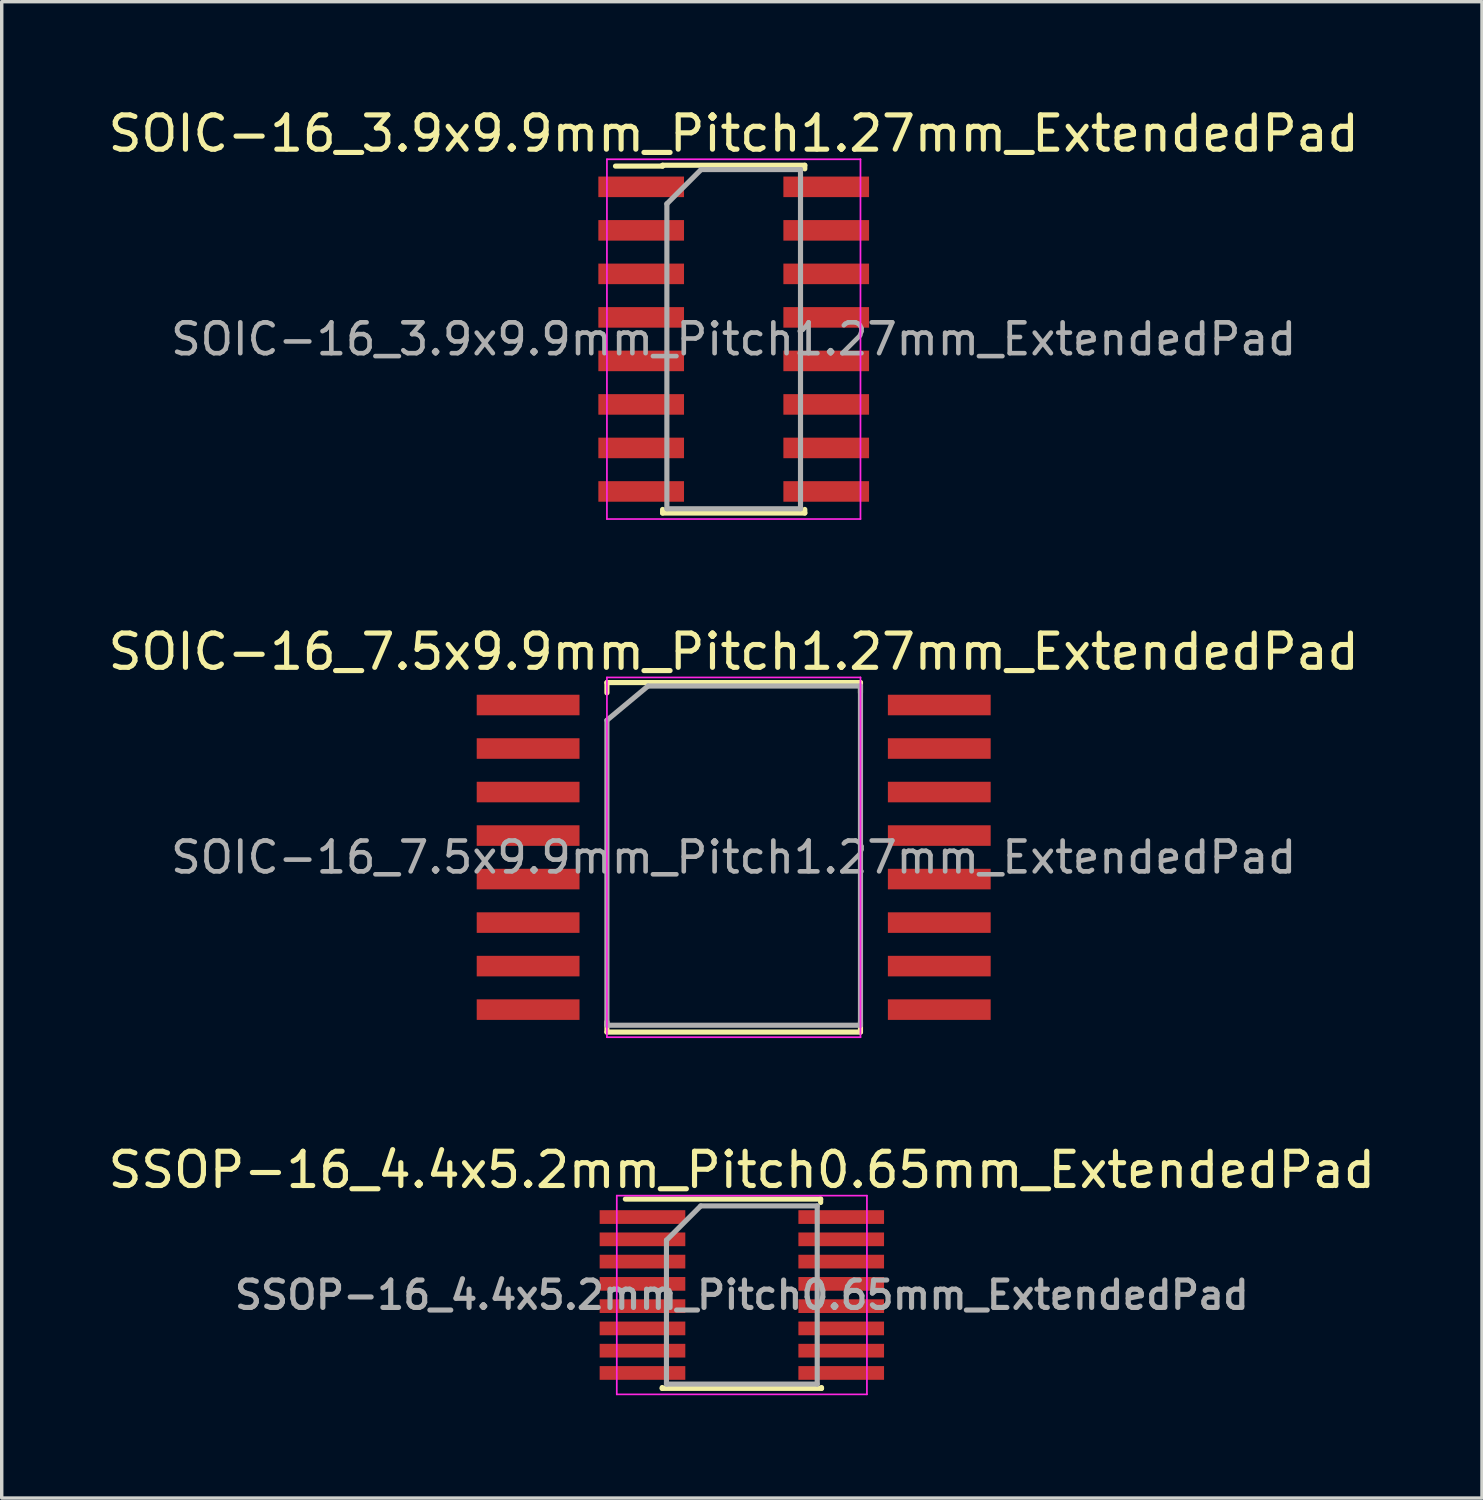
<source format=kicad_pcb>
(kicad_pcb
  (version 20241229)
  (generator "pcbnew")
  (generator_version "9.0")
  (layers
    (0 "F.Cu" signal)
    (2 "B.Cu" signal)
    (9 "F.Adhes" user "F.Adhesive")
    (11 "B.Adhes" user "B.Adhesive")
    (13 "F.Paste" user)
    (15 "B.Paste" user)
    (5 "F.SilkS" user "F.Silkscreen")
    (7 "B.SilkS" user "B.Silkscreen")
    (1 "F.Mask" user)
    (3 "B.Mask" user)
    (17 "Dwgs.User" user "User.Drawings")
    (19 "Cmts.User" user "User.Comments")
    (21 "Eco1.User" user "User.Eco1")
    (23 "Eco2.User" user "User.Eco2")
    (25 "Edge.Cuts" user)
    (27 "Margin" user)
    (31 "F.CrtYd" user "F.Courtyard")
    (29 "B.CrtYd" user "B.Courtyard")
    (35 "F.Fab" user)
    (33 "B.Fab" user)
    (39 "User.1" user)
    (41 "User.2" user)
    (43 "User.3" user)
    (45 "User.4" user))
  (footprint "SSOP-16_4.4x5.2mm_Pitch0.65mm_ExtendedPad"
    (layer "F.Cu")
    (at 18.601 34.745)
    (property "Reference" "SSOP-16_4.4x5.2mm_Pitch0.65mm_ExtendedPad" (at 0 -3.65 0) (layer "F.SilkS") (effects (font (size 1 1) (thickness 0.15))))
    (attr smd)
    (fp_line (start -3.4 -2.8) (end 2.3 -2.8) (stroke (width 0.15) (type solid)) (layer "F.SilkS"))
    (fp_line (start -2.325 2.725) (end -2.325 2.7) (stroke (width 0.15) (type solid)) (layer "F.SilkS"))
    (fp_line (start -2.325 2.725) (end 2.325 2.725) (stroke (width 0.15) (type solid)) (layer "F.SilkS"))
    (fp_line (start 2.3 -2.8) (end 2.3 -2.7) (stroke (width 0.15) (type solid)) (layer "F.SilkS"))
    (fp_line (start 2.325 2.725) (end 2.325 2.7) (stroke (width 0.15) (type solid)) (layer "F.SilkS"))
    (fp_line (start -3.65 -2.9) (end -3.65 2.9) (stroke (width 0.05) (type solid)) (layer "F.CrtYd"))
    (fp_line (start -3.65 -2.9) (end 3.65 -2.9) (stroke (width 0.05) (type solid)) (layer "F.CrtYd"))
    (fp_line (start -3.65 2.9) (end 3.65 2.9) (stroke (width 0.05) (type solid)) (layer "F.CrtYd"))
    (fp_line (start 3.65 -2.9) (end 3.65 2.9) (stroke (width 0.05) (type solid)) (layer "F.CrtYd"))
    (fp_line (start -2.2 -1.6) (end -1.2 -2.6) (stroke (width 0.15) (type solid)) (layer "F.Fab"))
    (fp_line (start -2.2 2.6) (end -2.2 -1.6) (stroke (width 0.15) (type solid)) (layer "F.Fab"))
    (fp_line (start -1.2 -2.6) (end 2.2 -2.6) (stroke (width 0.15) (type solid)) (layer "F.Fab"))
    (fp_line (start 2.2 -2.6) (end 2.2 2.6) (stroke (width 0.15) (type solid)) (layer "F.Fab"))
    (fp_line (start 2.2 2.6) (end -2.2 2.6) (stroke (width 0.15) (type solid)) (layer "F.Fab"))
    (fp_text user "${REFERENCE}" (at 0 0 0) (layer "F.Fab") (effects (font (size 0.8 0.8) (thickness 0.15))))
    (pad "1" smd rect (at -2.9 -2.275) (size 2.5 0.4) (layers "F.Cu" "F.Mask" "F.Paste"))
    (pad "2" smd rect (at -2.9 -1.625) (size 2.5 0.4) (layers "F.Cu" "F.Mask" "F.Paste"))
    (pad "3" smd rect (at -2.9 -0.975) (size 2.5 0.4) (layers "F.Cu" "F.Mask" "F.Paste"))
    (pad "4" smd rect (at -2.9 -0.325) (size 2.5 0.4) (layers "F.Cu" "F.Mask" "F.Paste"))
    (pad "5" smd rect (at -2.9 0.325) (size 2.5 0.4) (layers "F.Cu" "F.Mask" "F.Paste"))
    (pad "6" smd rect (at -2.9 0.975) (size 2.5 0.4) (layers "F.Cu" "F.Mask" "F.Paste"))
    (pad "7" smd rect (at -2.9 1.625) (size 2.5 0.4) (layers "F.Cu" "F.Mask" "F.Paste"))
    (pad "8" smd rect (at -2.9 2.275) (size 2.5 0.4) (layers "F.Cu" "F.Mask" "F.Paste"))
    (pad "9" smd rect (at 2.9 2.275) (size 2.5 0.4) (layers "F.Cu" "F.Mask" "F.Paste"))
    (pad "10" smd rect (at 2.9 1.625) (size 2.5 0.4) (layers "F.Cu" "F.Mask" "F.Paste"))
    (pad "11" smd rect (at 2.9 0.975) (size 2.5 0.4) (layers "F.Cu" "F.Mask" "F.Paste"))
    (pad "12" smd rect (at 2.9 0.325) (size 2.5 0.4) (layers "F.Cu" "F.Mask" "F.Paste"))
    (pad "13" smd rect (at 2.9 -0.325) (size 2.5 0.4) (layers "F.Cu" "F.Mask" "F.Paste"))
    (pad "14" smd rect (at 2.9 -0.975) (size 2.5 0.4) (layers "F.Cu" "F.Mask" "F.Paste"))
    (pad "15" smd rect (at 2.9 -1.625) (size 2.5 0.4) (layers "F.Cu" "F.Mask" "F.Paste"))
    (pad "16" smd rect (at 2.9 -2.275) (size 2.5 0.4) (layers "F.Cu" "F.Mask" "F.Paste")))
  (footprint "SOIC-16_3.9x9.9mm_Pitch1.27mm_ExtendedPad"
    (layer "F.Cu")
    (at 18.363 6.848)
    (property "Reference" "SOIC-16_3.9x9.9mm_Pitch1.27mm_ExtendedPad" (at 0 -6 0) (layer "F.SilkS") (effects (font (size 1 1) (thickness 0.15))))
    (attr smd)
    (fp_line (start -2.075 -5.075) (end -2.075 -5.05) (stroke (width 0.15) (type solid)) (layer "F.SilkS"))
    (fp_line (start -2.075 -5.075) (end 2.075 -5.075) (stroke (width 0.15) (type solid)) (layer "F.SilkS"))
    (fp_line (start -2.075 -5.05) (end -3.45 -5.05) (stroke (width 0.15) (type solid)) (layer "F.SilkS"))
    (fp_line (start -2.075 5.075) (end -2.075 4.97) (stroke (width 0.15) (type solid)) (layer "F.SilkS"))
    (fp_line (start -2.075 5.075) (end 2.075 5.075) (stroke (width 0.15) (type solid)) (layer "F.SilkS"))
    (fp_line (start 2.075 -5.075) (end 2.075 -4.97) (stroke (width 0.15) (type solid)) (layer "F.SilkS"))
    (fp_line (start 2.075 5.075) (end 2.075 4.97) (stroke (width 0.15) (type solid)) (layer "F.SilkS"))
    (fp_line (start -3.7 -5.25) (end -3.7 5.25) (stroke (width 0.05) (type solid)) (layer "F.CrtYd"))
    (fp_line (start -3.7 -5.25) (end 3.7 -5.25) (stroke (width 0.05) (type solid)) (layer "F.CrtYd"))
    (fp_line (start -3.7 5.25) (end 3.7 5.25) (stroke (width 0.05) (type solid)) (layer "F.CrtYd"))
    (fp_line (start 3.7 -5.25) (end 3.7 5.25) (stroke (width 0.05) (type solid)) (layer "F.CrtYd"))
    (fp_line (start -1.95 -3.95) (end -0.95 -4.95) (stroke (width 0.15) (type solid)) (layer "F.Fab"))
    (fp_line (start -1.95 4.95) (end -1.95 -3.95) (stroke (width 0.15) (type solid)) (layer "F.Fab"))
    (fp_line (start -0.95 -4.95) (end 1.95 -4.95) (stroke (width 0.15) (type solid)) (layer "F.Fab"))
    (fp_line (start 1.95 -4.95) (end 1.95 4.95) (stroke (width 0.15) (type solid)) (layer "F.Fab"))
    (fp_line (start 1.95 4.95) (end -1.95 4.95) (stroke (width 0.15) (type solid)) (layer "F.Fab"))
    (fp_text user "${REFERENCE}" (at 0 0 0) (layer "F.Fab") (effects (font (size 0.9 0.9) (thickness 0.135))))
    (pad "1" smd rect (at -2.7 -4.445) (size 2.5 0.6) (layers "F.Cu" "F.Mask" "F.Paste"))
    (pad "2" smd rect (at -2.7 -3.175) (size 2.5 0.6) (layers "F.Cu" "F.Mask" "F.Paste"))
    (pad "3" smd rect (at -2.7 -1.905) (size 2.5 0.6) (layers "F.Cu" "F.Mask" "F.Paste"))
    (pad "4" smd rect (at -2.7 -0.635) (size 2.5 0.6) (layers "F.Cu" "F.Mask" "F.Paste"))
    (pad "5" smd rect (at -2.7 0.635) (size 2.5 0.6) (layers "F.Cu" "F.Mask" "F.Paste"))
    (pad "6" smd rect (at -2.7 1.905) (size 2.5 0.6) (layers "F.Cu" "F.Mask" "F.Paste"))
    (pad "7" smd rect (at -2.7 3.175) (size 2.5 0.6) (layers "F.Cu" "F.Mask" "F.Paste"))
    (pad "8" smd rect (at -2.7 4.445) (size 2.5 0.6) (layers "F.Cu" "F.Mask" "F.Paste"))
    (pad "9" smd rect (at 2.7 4.445) (size 2.5 0.6) (layers "F.Cu" "F.Mask" "F.Paste"))
    (pad "10" smd rect (at 2.7 3.175) (size 2.5 0.6) (layers "F.Cu" "F.Mask" "F.Paste"))
    (pad "11" smd rect (at 2.7 1.905) (size 2.5 0.6) (layers "F.Cu" "F.Mask" "F.Paste"))
    (pad "12" smd rect (at 2.7 0.635) (size 2.5 0.6) (layers "F.Cu" "F.Mask" "F.Paste"))
    (pad "13" smd rect (at 2.7 -0.635) (size 2.5 0.6) (layers "F.Cu" "F.Mask" "F.Paste"))
    (pad "14" smd rect (at 2.7 -1.905) (size 2.5 0.6) (layers "F.Cu" "F.Mask" "F.Paste"))
    (pad "15" smd rect (at 2.7 -3.175) (size 2.5 0.6) (layers "F.Cu" "F.Mask" "F.Paste"))
    (pad "16" smd rect (at 2.7 -4.445) (size 2.5 0.6) (layers "F.Cu" "F.Mask" "F.Paste")))
  (footprint "SOIC-16_7.5x9.9mm_Pitch1.27mm_ExtendedPad"
    (layer "F.Cu")
    (at 18.363 21.971)
    (property "Reference" "SOIC-16_7.5x9.9mm_Pitch1.27mm_ExtendedPad" (at 0 -6 0) (layer "F.SilkS") (effects (font (size 1 1) (thickness 0.15))))
    (attr smd)
    (fp_line (start -3.7 -5.1) (end -3.7 -4.8) (stroke (width 0.15) (type solid)) (layer "F.SilkS"))
    (fp_line (start -3.7 -5.1) (end 3.7 -5.1) (stroke (width 0.15) (type solid)) (layer "F.SilkS"))
    (fp_line (start -3.7 5.1) (end -3.7 4.8) (stroke (width 0.15) (type solid)) (layer "F.SilkS"))
    (fp_line (start -3.7 5.1) (end 3.7 5.1) (stroke (width 0.15) (type solid)) (layer "F.SilkS"))
    (fp_line (start 3.7 -5.1) (end 3.7 -4.8) (stroke (width 0.15) (type solid)) (layer "F.SilkS"))
    (fp_line (start 3.7 5.1) (end 3.7 4.8) (stroke (width 0.15) (type solid)) (layer "F.SilkS"))
    (fp_line (start -3.7 -5.25) (end -3.7 5.25) (stroke (width 0.05) (type solid)) (layer "F.CrtYd"))
    (fp_line (start -3.7 -5.25) (end 3.7 -5.25) (stroke (width 0.05) (type solid)) (layer "F.CrtYd"))
    (fp_line (start -3.7 5.25) (end 3.7 5.25) (stroke (width 0.05) (type solid)) (layer "F.CrtYd"))
    (fp_line (start 3.7 -5.25) (end 3.7 5.25) (stroke (width 0.05) (type solid)) (layer "F.CrtYd"))
    (fp_line (start -3.7 -4) (end -2.5 -5) (stroke (width 0.15) (type solid)) (layer "F.Fab"))
    (fp_line (start -3.7 4.9) (end -3.7 -4) (stroke (width 0.15) (type solid)) (layer "F.Fab"))
    (fp_line (start -2.5 -5) (end 3.7 -5) (stroke (width 0.15) (type solid)) (layer "F.Fab"))
    (fp_line (start 3.7 -5) (end 3.7 4.9) (stroke (width 0.15) (type solid)) (layer "F.Fab"))
    (fp_line (start 3.7 4.9) (end -3.7 4.9) (stroke (width 0.15) (type solid)) (layer "F.Fab"))
    (fp_text user "${REFERENCE}" (at 0 0 0) (layer "F.Fab") (effects (font (size 0.9 0.9) (thickness 0.135))))
    (pad "1" smd rect (at -6 -4.445) (size 3 0.6) (layers "F.Cu" "F.Mask" "F.Paste"))
    (pad "2" smd rect (at -6 -3.175) (size 3 0.6) (layers "F.Cu" "F.Mask" "F.Paste"))
    (pad "3" smd rect (at -6 -1.905) (size 3 0.6) (layers "F.Cu" "F.Mask" "F.Paste"))
    (pad "4" smd rect (at -6 -0.635) (size 3 0.6) (layers "F.Cu" "F.Mask" "F.Paste"))
    (pad "5" smd rect (at -6 0.635) (size 3 0.6) (layers "F.Cu" "F.Mask" "F.Paste"))
    (pad "6" smd rect (at -6 1.905) (size 3 0.6) (layers "F.Cu" "F.Mask" "F.Paste"))
    (pad "7" smd rect (at -6 3.175) (size 3 0.6) (layers "F.Cu" "F.Mask" "F.Paste"))
    (pad "8" smd rect (at -6 4.445) (size 3 0.6) (layers "F.Cu" "F.Mask" "F.Paste"))
    (pad "9" smd rect (at 6 4.445) (size 3 0.6) (layers "F.Cu" "F.Mask" "F.Paste"))
    (pad "10" smd rect (at 6 3.175) (size 3 0.6) (layers "F.Cu" "F.Mask" "F.Paste"))
    (pad "11" smd rect (at 6 1.905) (size 3 0.6) (layers "F.Cu" "F.Mask" "F.Paste"))
    (pad "12" smd rect (at 6 0.635) (size 3 0.6) (layers "F.Cu" "F.Mask" "F.Paste"))
    (pad "13" smd rect (at 6 -0.635) (size 3 0.6) (layers "F.Cu" "F.Mask" "F.Paste"))
    (pad "14" smd rect (at 6 -1.905) (size 3 0.6) (layers "F.Cu" "F.Mask" "F.Paste"))
    (pad "15" smd rect (at 6 -3.175) (size 3 0.6) (layers "F.Cu" "F.Mask" "F.Paste"))
    (pad "16" smd rect (at 6 -4.445) (size 3 0.6) (layers "F.Cu" "F.Mask" "F.Paste")))
  (gr_rect
    (start -3 -3)
    (end 40.202 40.67)
    (stroke (width 0.1) (type default))
    (fill no)
    (layer "Edge.Cuts")))
</source>
